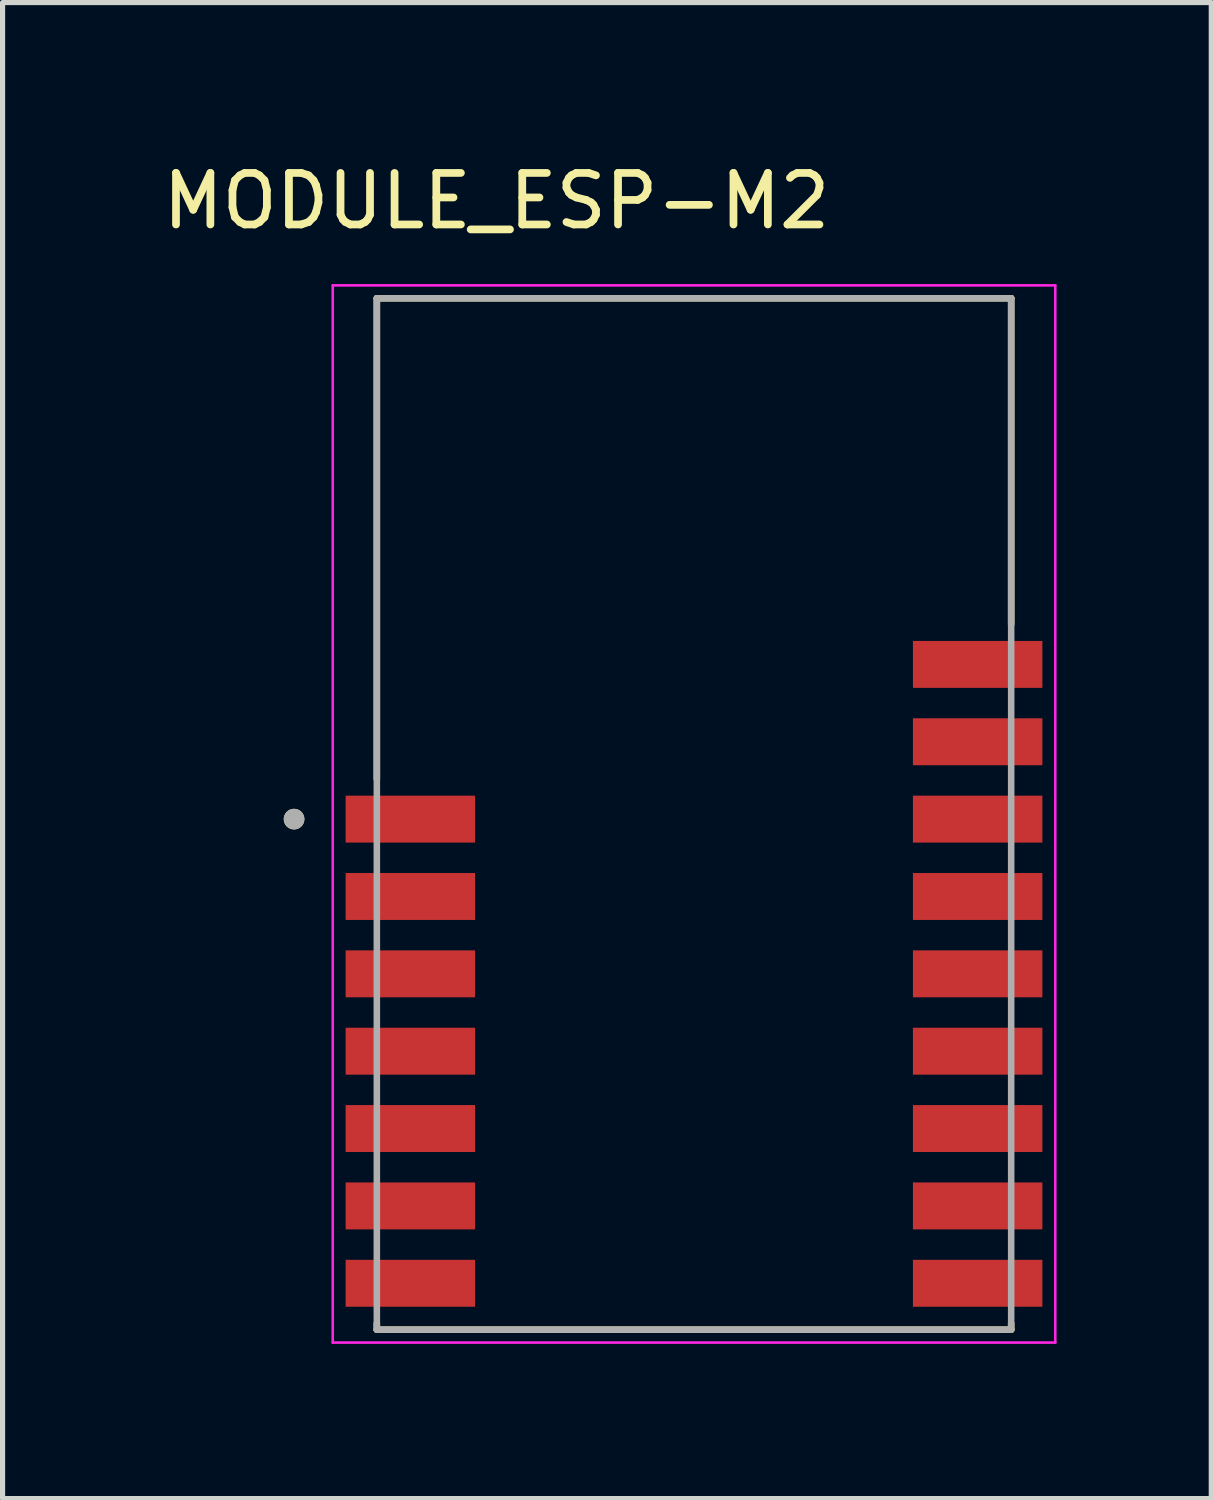
<source format=kicad_pcb>
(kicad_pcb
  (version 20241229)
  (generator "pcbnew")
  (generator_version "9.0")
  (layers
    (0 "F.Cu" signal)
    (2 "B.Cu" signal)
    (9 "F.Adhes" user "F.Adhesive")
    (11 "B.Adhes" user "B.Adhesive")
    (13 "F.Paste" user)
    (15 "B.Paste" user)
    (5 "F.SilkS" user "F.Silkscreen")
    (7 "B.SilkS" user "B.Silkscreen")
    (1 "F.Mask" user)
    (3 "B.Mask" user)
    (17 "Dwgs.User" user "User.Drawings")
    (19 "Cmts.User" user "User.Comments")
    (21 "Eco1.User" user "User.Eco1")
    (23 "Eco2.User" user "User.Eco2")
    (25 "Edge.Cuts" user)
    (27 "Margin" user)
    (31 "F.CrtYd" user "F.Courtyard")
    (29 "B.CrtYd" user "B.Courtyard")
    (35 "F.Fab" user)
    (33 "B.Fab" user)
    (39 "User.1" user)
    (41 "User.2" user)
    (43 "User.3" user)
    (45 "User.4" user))
  (footprint "MODULE_ESP-M2"
    (layer "F.Cu")
    (at 10.407 12.733)
    (property "Reference" "MODULE_ESP-M2" (at -3.83 -11.885 0) (layer "F.SilkS") (effects (font (size 1 1) (thickness 0.15))))
    (attr smd)
    (fp_line (start -6.15 -10) (end -6.15 -0.675) (stroke (width 0.127) (type solid)) (layer "F.SilkS"))
    (fp_line (start -6.15 10) (end -6.15 9.875) (stroke (width 0.127) (type solid)) (layer "F.SilkS"))
    (fp_line (start -6.15 10) (end 6.15 10) (stroke (width 0.127) (type solid)) (layer "F.SilkS"))
    (fp_line (start 6.15 -10) (end -6.15 -10) (stroke (width 0.127) (type solid)) (layer "F.SilkS"))
    (fp_line (start 6.15 -3.675) (end 6.15 -10) (stroke (width 0.127) (type solid)) (layer "F.SilkS"))
    (fp_line (start 6.15 10) (end 6.15 9.875) (stroke (width 0.127) (type solid)) (layer "F.SilkS"))
    (fp_circle (center -7.755 0.1) (end -7.655 0.1) (stroke (width 0.2) (type solid)) (fill no) (layer "F.SilkS"))
    (fp_line (start -7.005 -10.25) (end -7.005 10.25) (stroke (width 0.05) (type solid)) (layer "F.CrtYd"))
    (fp_line (start -7.005 10.25) (end 7.005 10.25) (stroke (width 0.05) (type solid)) (layer "F.CrtYd"))
    (fp_line (start 7.005 -10.25) (end -7.005 -10.25) (stroke (width 0.05) (type solid)) (layer "F.CrtYd"))
    (fp_line (start 7.005 10.25) (end 7.005 -10.25) (stroke (width 0.05) (type solid)) (layer "F.CrtYd"))
    (fp_line (start -6.15 -10) (end -6.15 10) (stroke (width 0.127) (type solid)) (layer "F.Fab"))
    (fp_line (start -6.15 10) (end 6.15 10) (stroke (width 0.127) (type solid)) (layer "F.Fab"))
    (fp_line (start 6.15 -10) (end -6.15 -10) (stroke (width 0.127) (type solid)) (layer "F.Fab"))
    (fp_line (start 6.15 10) (end 6.15 -10) (stroke (width 0.127) (type solid)) (layer "F.Fab"))
    (fp_circle (center -7.755 0.1) (end -7.655 0.1) (stroke (width 0.2) (type solid)) (fill no) (layer "F.Fab"))
    (pad "1" smd rect (at -5.5 0.1) (size 2.51 0.91) (layers "F.Cu" "F.Mask" "F.Paste"))
    (pad "2" smd rect (at -5.5 1.6) (size 2.51 0.91) (layers "F.Cu" "F.Mask" "F.Paste"))
    (pad "3" smd rect (at -5.5 3.1) (size 2.51 0.91) (layers "F.Cu" "F.Mask" "F.Paste"))
    (pad "4" smd rect (at -5.5 4.6) (size 2.51 0.91) (layers "F.Cu" "F.Mask" "F.Paste"))
    (pad "5" smd rect (at -5.5 6.1) (size 2.51 0.91) (layers "F.Cu" "F.Mask" "F.Paste"))
    (pad "6" smd rect (at -5.5 7.6) (size 2.51 0.91) (layers "F.Cu" "F.Mask" "F.Paste"))
    (pad "7" smd rect (at -5.5 9.1) (size 2.51 0.91) (layers "F.Cu" "F.Mask" "F.Paste"))
    (pad "8" smd rect (at 5.5 9.1) (size 2.51 0.91) (layers "F.Cu" "F.Mask" "F.Paste"))
    (pad "9" smd rect (at 5.5 7.6) (size 2.51 0.91) (layers "F.Cu" "F.Mask" "F.Paste"))
    (pad "10" smd rect (at 5.5 6.1) (size 2.51 0.91) (layers "F.Cu" "F.Mask" "F.Paste"))
    (pad "11" smd rect (at 5.5 4.6) (size 2.51 0.91) (layers "F.Cu" "F.Mask" "F.Paste"))
    (pad "12" smd rect (at 5.5 3.1) (size 2.51 0.91) (layers "F.Cu" "F.Mask" "F.Paste"))
    (pad "13" smd rect (at 5.5 1.6) (size 2.51 0.91) (layers "F.Cu" "F.Mask" "F.Paste"))
    (pad "14" smd rect (at 5.5 0.1) (size 2.51 0.91) (layers "F.Cu" "F.Mask" "F.Paste"))
    (pad "15" smd rect (at 5.5 -1.4) (size 2.51 0.91) (layers "F.Cu" "F.Mask" "F.Paste"))
    (pad "16" smd rect (at 5.5 -2.9) (size 2.51 0.91) (layers "F.Cu" "F.Mask" "F.Paste"))
    (zone (net_name "") (layer "F.Cu") (hatch full 0.508) (connect_pads) (min_thickness 0.01) (filled_areas_thickness no) (keepout (tracks not_allowed) (vias not_allowed) (pads not_allowed) (copperpour not_allowed) (footprints allowed)) (placement (enabled no)) (fill) (polygon (pts (xy 4.257 2.733) (xy 16.557 2.733) (xy 16.557 9.333) (xy 4.257 9.333))))
    (zone (net_name "") (layers "F.Cu" "B.Cu") (hatch full 0.508) (connect_pads) (min_thickness 0.01) (filled_areas_thickness no) (keepout (tracks allowed) (vias not_allowed) (pads allowed) (copperpour allowed) (footprints allowed)) (placement (enabled no)) (fill) (polygon (pts (xy 4.257 2.733) (xy 16.557 2.733) (xy 16.557 9.333) (xy 4.257 9.333))))
    (zone (net_name "") (layer "B.Cu") (hatch full 0.508) (connect_pads) (min_thickness 0.01) (filled_areas_thickness no) (keepout (tracks not_allowed) (vias not_allowed) (pads not_allowed) (copperpour not_allowed) (footprints allowed)) (placement (enabled no)) (fill) (polygon (pts (xy 4.257 2.733) (xy 16.557 2.733) (xy 16.557 9.333) (xy 4.257 9.333)))))
  (gr_rect
    (start -3 -3)
    (end 20.437 26.008)
    (stroke (width 0.1) (type default))
    (fill no)
    (layer "Edge.Cuts")))
</source>
